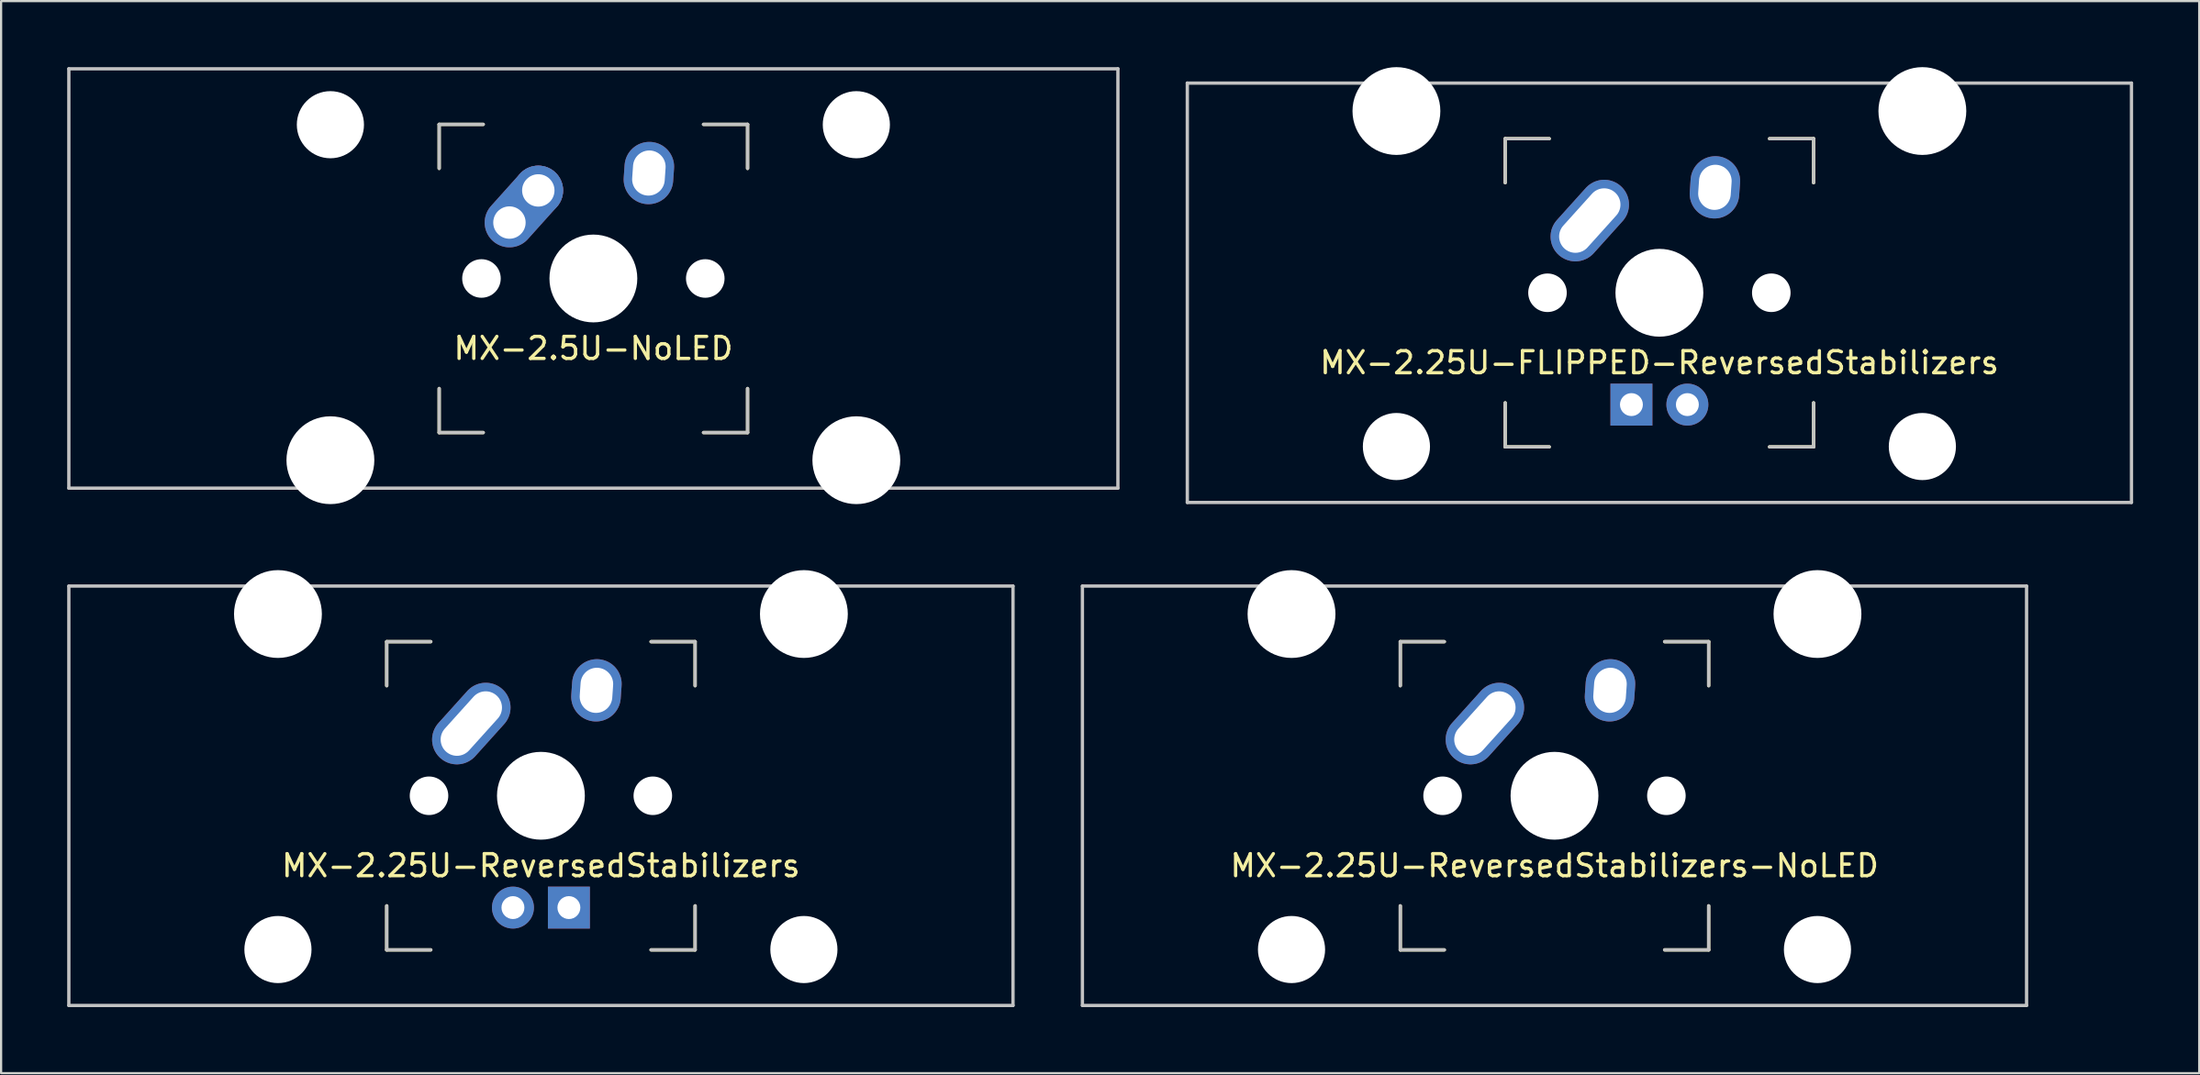
<source format=kicad_pcb>
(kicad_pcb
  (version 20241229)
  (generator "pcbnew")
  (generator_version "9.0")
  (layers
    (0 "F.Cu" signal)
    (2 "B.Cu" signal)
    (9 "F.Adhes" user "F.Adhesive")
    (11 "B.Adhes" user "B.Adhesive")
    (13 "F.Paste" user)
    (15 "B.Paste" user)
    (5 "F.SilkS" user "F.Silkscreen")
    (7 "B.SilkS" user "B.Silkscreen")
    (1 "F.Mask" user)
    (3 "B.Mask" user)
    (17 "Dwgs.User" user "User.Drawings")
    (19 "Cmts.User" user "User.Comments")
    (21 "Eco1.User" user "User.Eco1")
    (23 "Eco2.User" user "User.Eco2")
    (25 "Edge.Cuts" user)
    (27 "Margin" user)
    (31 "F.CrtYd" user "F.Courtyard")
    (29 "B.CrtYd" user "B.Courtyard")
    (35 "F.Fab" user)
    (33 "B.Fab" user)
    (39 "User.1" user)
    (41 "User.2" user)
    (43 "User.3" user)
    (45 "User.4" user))
  (footprint "MX-2.25U-FLIPPED-ReversedStabilizers"
    (layer "F.Cu")
    (at 72.281 10.249)
    (property "Reference" "MX-2.25U-FLIPPED-ReversedStabilizers" (at 0 3.175 0) (layer "F.SilkS") (effects (font (size 1 1) (thickness 0.15))))
    (attr through_hole)
    (fp_line (start -7 -7) (end -7 -5) (stroke (width 0.15) (type solid)) (layer "F.SilkS"))
    (fp_line (start -7 5) (end -7 7) (stroke (width 0.15) (type solid)) (layer "F.SilkS"))
    (fp_line (start -7 7) (end -5 7) (stroke (width 0.15) (type solid)) (layer "F.SilkS"))
    (fp_line (start -5 -7) (end -7 -7) (stroke (width 0.15) (type solid)) (layer "F.SilkS"))
    (fp_line (start 5 -7) (end 7 -7) (stroke (width 0.15) (type solid)) (layer "F.SilkS"))
    (fp_line (start 5 7) (end 7 7) (stroke (width 0.15) (type solid)) (layer "F.SilkS"))
    (fp_line (start 7 -7) (end 7 -5) (stroke (width 0.15) (type solid)) (layer "F.SilkS"))
    (fp_line (start 7 7) (end 7 5) (stroke (width 0.15) (type solid)) (layer "F.SilkS"))
    (fp_line (start -21.431 -9.525) (end 21.431 -9.525) (stroke (width 0.15) (type solid)) (layer "Dwgs.User"))
    (fp_line (start -21.431 9.525) (end -21.431 -9.525) (stroke (width 0.15) (type solid)) (layer "Dwgs.User"))
    (fp_line (start -21.431 9.525) (end 21.431 9.525) (stroke (width 0.15) (type solid)) (layer "Dwgs.User"))
    (fp_line (start -7 -7) (end -7 -5) (stroke (width 0.15) (type solid)) (layer "Dwgs.User"))
    (fp_line (start -7 5) (end -7 7) (stroke (width 0.15) (type solid)) (layer "Dwgs.User"))
    (fp_line (start -7 7) (end -5 7) (stroke (width 0.15) (type solid)) (layer "Dwgs.User"))
    (fp_line (start -5 -7) (end -7 -7) (stroke (width 0.15) (type solid)) (layer "Dwgs.User"))
    (fp_line (start 5 -7) (end 7 -7) (stroke (width 0.15) (type solid)) (layer "Dwgs.User"))
    (fp_line (start 5 7) (end 7 7) (stroke (width 0.15) (type solid)) (layer "Dwgs.User"))
    (fp_line (start 7 -7) (end 7 -5) (stroke (width 0.15) (type solid)) (layer "Dwgs.User"))
    (fp_line (start 7 7) (end 7 5) (stroke (width 0.15) (type solid)) (layer "Dwgs.User"))
    (fp_line (start 21.431 -9.525) (end 21.431 9.525) (stroke (width 0.15) (type solid)) (layer "Dwgs.User"))
    (pad "" np_thru_hole circle (at -11.938 -8.255) (size 3.988 3.988) (drill 3.988) (layers "*.Cu" "*.Mask"))
    (pad "" np_thru_hole circle (at -11.938 6.985) (size 3.048 3.048) (drill 3.048) (layers "*.Cu" "*.Mask"))
    (pad "" np_thru_hole circle (at -5.08 0 48.1) (size 1.75 1.75) (drill 1.75) (layers "*.Cu" "*.Mask"))
    (pad "" np_thru_hole circle (at 0 0) (size 3.988 3.988) (drill 3.988) (layers "*.Cu" "*.Mask"))
    (pad "" np_thru_hole circle (at 5.08 0 48.1) (size 1.75 1.75) (drill 1.75) (layers "*.Cu" "*.Mask"))
    (pad "" np_thru_hole circle (at 11.938 -8.255) (size 3.988 3.988) (drill 3.988) (layers "*.Cu" "*.Mask"))
    (pad "" np_thru_hole circle (at 11.938 6.985) (size 3.048 3.048) (drill 3.048) (layers "*.Cu" "*.Mask"))
    (pad "1" thru_hole oval (at -3.16 -3.28 48) (size 4.21 2.25) (drill oval 3.43 1.48) (layers "*.Cu" "*.Mask"))
    (pad "2" thru_hole oval (at 2.52 -4.79 86) (size 2.831 2.25) (drill oval 2.051 1.48) (layers "*.Cu" "*.Mask"))
    (pad "3" thru_hole circle (at 1.27 5.08) (size 1.905 1.905) (drill 1.04) (layers "*.Cu" "*.Mask"))
    (pad "4" thru_hole rect (at -1.27 5.08) (size 1.905 1.905) (drill 1.04) (layers "*.Cu" "*.Mask")))
  (footprint "MX-2.25U-ReversedStabilizers"
    (layer "F.Cu")
    (at 21.506 33.098)
    (property "Reference" "MX-2.25U-ReversedStabilizers" (at 0 3.175 0) (layer "F.SilkS") (effects (font (size 1 1) (thickness 0.15))))
    (attr through_hole)
    (fp_line (start -7 -7) (end -7 -5) (stroke (width 0.15) (type solid)) (layer "F.SilkS"))
    (fp_line (start -7 5) (end -7 7) (stroke (width 0.15) (type solid)) (layer "F.SilkS"))
    (fp_line (start -7 7) (end -5 7) (stroke (width 0.15) (type solid)) (layer "F.SilkS"))
    (fp_line (start -5 -7) (end -7 -7) (stroke (width 0.15) (type solid)) (layer "F.SilkS"))
    (fp_line (start 5 -7) (end 7 -7) (stroke (width 0.15) (type solid)) (layer "F.SilkS"))
    (fp_line (start 5 7) (end 7 7) (stroke (width 0.15) (type solid)) (layer "F.SilkS"))
    (fp_line (start 7 -7) (end 7 -5) (stroke (width 0.15) (type solid)) (layer "F.SilkS"))
    (fp_line (start 7 7) (end 7 5) (stroke (width 0.15) (type solid)) (layer "F.SilkS"))
    (fp_line (start -21.431 -9.525) (end 21.431 -9.525) (stroke (width 0.15) (type solid)) (layer "Dwgs.User"))
    (fp_line (start -21.431 9.525) (end -21.431 -9.525) (stroke (width 0.15) (type solid)) (layer "Dwgs.User"))
    (fp_line (start -21.431 9.525) (end 21.431 9.525) (stroke (width 0.15) (type solid)) (layer "Dwgs.User"))
    (fp_line (start -7 -7) (end -7 -5) (stroke (width 0.15) (type solid)) (layer "Dwgs.User"))
    (fp_line (start -7 5) (end -7 7) (stroke (width 0.15) (type solid)) (layer "Dwgs.User"))
    (fp_line (start -7 7) (end -5 7) (stroke (width 0.15) (type solid)) (layer "Dwgs.User"))
    (fp_line (start -5 -7) (end -7 -7) (stroke (width 0.15) (type solid)) (layer "Dwgs.User"))
    (fp_line (start 5 -7) (end 7 -7) (stroke (width 0.15) (type solid)) (layer "Dwgs.User"))
    (fp_line (start 5 7) (end 7 7) (stroke (width 0.15) (type solid)) (layer "Dwgs.User"))
    (fp_line (start 7 -7) (end 7 -5) (stroke (width 0.15) (type solid)) (layer "Dwgs.User"))
    (fp_line (start 7 7) (end 7 5) (stroke (width 0.15) (type solid)) (layer "Dwgs.User"))
    (fp_line (start 21.431 -9.525) (end 21.431 9.525) (stroke (width 0.15) (type solid)) (layer "Dwgs.User"))
    (pad "" np_thru_hole circle (at -11.938 -8.255) (size 3.988 3.988) (drill 3.988) (layers "*.Cu" "*.Mask"))
    (pad "" np_thru_hole circle (at -11.938 6.985) (size 3.048 3.048) (drill 3.048) (layers "*.Cu" "*.Mask"))
    (pad "" np_thru_hole circle (at -5.08 0 48.1) (size 1.75 1.75) (drill 1.75) (layers "*.Cu" "*.Mask"))
    (pad "" np_thru_hole circle (at 0 0) (size 3.988 3.988) (drill 3.988) (layers "*.Cu" "*.Mask"))
    (pad "" np_thru_hole circle (at 5.08 0 48.1) (size 1.75 1.75) (drill 1.75) (layers "*.Cu" "*.Mask"))
    (pad "" np_thru_hole circle (at 11.938 -8.255) (size 3.988 3.988) (drill 3.988) (layers "*.Cu" "*.Mask"))
    (pad "" np_thru_hole circle (at 11.938 6.985) (size 3.048 3.048) (drill 3.048) (layers "*.Cu" "*.Mask"))
    (pad "1" thru_hole oval (at -3.16 -3.28 48) (size 4.21 2.25) (drill oval 3.43 1.48) (layers "*.Cu" "B.Mask"))
    (pad "2" thru_hole oval (at 2.52 -4.79 86) (size 2.831 2.25) (drill oval 2.051 1.48) (layers "*.Cu" "B.Mask"))
    (pad "3" thru_hole circle (at -1.27 5.08) (size 1.905 1.905) (drill 1.04) (layers "*.Cu" "B.Mask"))
    (pad "4" thru_hole rect (at 1.27 5.08) (size 1.905 1.905) (drill 1.04) (layers "*.Cu" "B.Mask")))
  (footprint "MX-2.5U-NoLED"
    (layer "F.Cu")
    (at 23.887 9.6)
    (property "Reference" "MX-2.5U-NoLED" (at 0 3.175 0) (layer "F.SilkS") (effects (font (size 1 1) (thickness 0.15))))
    (attr through_hole)
    (fp_line (start -7 -7) (end -7 -5) (stroke (width 0.15) (type solid)) (layer "F.SilkS"))
    (fp_line (start -7 5) (end -7 7) (stroke (width 0.15) (type solid)) (layer "F.SilkS"))
    (fp_line (start -7 7) (end -5 7) (stroke (width 0.15) (type solid)) (layer "F.SilkS"))
    (fp_line (start -5 -7) (end -7 -7) (stroke (width 0.15) (type solid)) (layer "F.SilkS"))
    (fp_line (start 5 -7) (end 7 -7) (stroke (width 0.15) (type solid)) (layer "F.SilkS"))
    (fp_line (start 5 7) (end 7 7) (stroke (width 0.15) (type solid)) (layer "F.SilkS"))
    (fp_line (start 7 -7) (end 7 -5) (stroke (width 0.15) (type solid)) (layer "F.SilkS"))
    (fp_line (start 7 7) (end 7 5) (stroke (width 0.15) (type solid)) (layer "F.SilkS"))
    (fp_line (start -23.812 -9.525) (end 23.812 -9.525) (stroke (width 0.15) (type solid)) (layer "Dwgs.User"))
    (fp_line (start -23.812 9.525) (end -23.812 -9.525) (stroke (width 0.15) (type solid)) (layer "Dwgs.User"))
    (fp_line (start -23.812 9.525) (end 23.812 9.525) (stroke (width 0.15) (type solid)) (layer "Dwgs.User"))
    (fp_line (start -7 -7) (end -7 -5) (stroke (width 0.15) (type solid)) (layer "Dwgs.User"))
    (fp_line (start -7 5) (end -7 7) (stroke (width 0.15) (type solid)) (layer "Dwgs.User"))
    (fp_line (start -7 7) (end -5 7) (stroke (width 0.15) (type solid)) (layer "Dwgs.User"))
    (fp_line (start -5 -7) (end -7 -7) (stroke (width 0.15) (type solid)) (layer "Dwgs.User"))
    (fp_line (start 5 -7) (end 7 -7) (stroke (width 0.15) (type solid)) (layer "Dwgs.User"))
    (fp_line (start 5 7) (end 7 7) (stroke (width 0.15) (type solid)) (layer "Dwgs.User"))
    (fp_line (start 7 -7) (end 7 -5) (stroke (width 0.15) (type solid)) (layer "Dwgs.User"))
    (fp_line (start 7 7) (end 7 5) (stroke (width 0.15) (type solid)) (layer "Dwgs.User"))
    (fp_line (start 23.812 -9.525) (end 23.812 9.525) (stroke (width 0.15) (type solid)) (layer "Dwgs.User"))
    (pad "" np_thru_hole circle (at -11.938 -6.985) (size 3.048 3.048) (drill 3.048) (layers "*.Cu" "*.Mask"))
    (pad "" np_thru_hole circle (at -11.938 8.255) (size 3.988 3.988) (drill 3.988) (layers "*.Cu" "*.Mask"))
    (pad "" np_thru_hole circle (at -5.08 0 48.1) (size 1.75 1.75) (drill 1.75) (layers "*.Cu" "*.Mask"))
    (pad "" np_thru_hole circle (at 0 0) (size 3.988 3.988) (drill 3.988) (layers "*.Cu" "*.Mask"))
    (pad "" np_thru_hole circle (at 5.08 0 48.1) (size 1.75 1.75) (drill 1.75) (layers "*.Cu" "*.Mask"))
    (pad "" np_thru_hole circle (at 11.938 -6.985) (size 3.048 3.048) (drill 3.048) (layers "*.Cu" "*.Mask"))
    (pad "" np_thru_hole circle (at 11.938 8.255) (size 3.988 3.988) (drill 3.988) (layers "*.Cu" "*.Mask"))
    (pad "1" thru_hole oval (at -3.81 -2.54 48.1) (size 4.212 2.25) (drill 1.47 (offset 0.981 0)) (layers "*.Cu" "*.Mask"))
    (pad "1" thru_hole circle (at -2.5 -4) (size 2.25 2.25) (drill 1.47) (layers "*.Cu" "*.Mask"))
    (pad "2" thru_hole oval (at 2.52 -4.79 86) (size 2.831 2.25) (drill oval 2.051 1.48) (layers "*.Cu" "*.Mask")))
  (footprint "MX-2.25U-ReversedStabilizers-NoLED"
    (layer "F.Cu")
    (at 67.519 33.098)
    (property "Reference" "MX-2.25U-ReversedStabilizers-NoLED" (at 0 3.175 0) (layer "F.SilkS") (effects (font (size 1 1) (thickness 0.15))))
    (attr through_hole)
    (fp_line (start -7 -7) (end -7 -5) (stroke (width 0.15) (type solid)) (layer "F.SilkS"))
    (fp_line (start -7 5) (end -7 7) (stroke (width 0.15) (type solid)) (layer "F.SilkS"))
    (fp_line (start -7 7) (end -5 7) (stroke (width 0.15) (type solid)) (layer "F.SilkS"))
    (fp_line (start -5 -7) (end -7 -7) (stroke (width 0.15) (type solid)) (layer "F.SilkS"))
    (fp_line (start 5 -7) (end 7 -7) (stroke (width 0.15) (type solid)) (layer "F.SilkS"))
    (fp_line (start 5 7) (end 7 7) (stroke (width 0.15) (type solid)) (layer "F.SilkS"))
    (fp_line (start 7 -7) (end 7 -5) (stroke (width 0.15) (type solid)) (layer "F.SilkS"))
    (fp_line (start 7 7) (end 7 5) (stroke (width 0.15) (type solid)) (layer "F.SilkS"))
    (fp_line (start -21.431 -9.525) (end 21.431 -9.525) (stroke (width 0.15) (type solid)) (layer "Dwgs.User"))
    (fp_line (start -21.431 9.525) (end -21.431 -9.525) (stroke (width 0.15) (type solid)) (layer "Dwgs.User"))
    (fp_line (start -21.431 9.525) (end 21.431 9.525) (stroke (width 0.15) (type solid)) (layer "Dwgs.User"))
    (fp_line (start -7 -7) (end -7 -5) (stroke (width 0.15) (type solid)) (layer "Dwgs.User"))
    (fp_line (start -7 5) (end -7 7) (stroke (width 0.15) (type solid)) (layer "Dwgs.User"))
    (fp_line (start -7 7) (end -5 7) (stroke (width 0.15) (type solid)) (layer "Dwgs.User"))
    (fp_line (start -5 -7) (end -7 -7) (stroke (width 0.15) (type solid)) (layer "Dwgs.User"))
    (fp_line (start 5 -7) (end 7 -7) (stroke (width 0.15) (type solid)) (layer "Dwgs.User"))
    (fp_line (start 5 7) (end 7 7) (stroke (width 0.15) (type solid)) (layer "Dwgs.User"))
    (fp_line (start 7 -7) (end 7 -5) (stroke (width 0.15) (type solid)) (layer "Dwgs.User"))
    (fp_line (start 7 7) (end 7 5) (stroke (width 0.15) (type solid)) (layer "Dwgs.User"))
    (fp_line (start 21.431 -9.525) (end 21.431 9.525) (stroke (width 0.15) (type solid)) (layer "Dwgs.User"))
    (pad "" np_thru_hole circle (at -11.938 -8.255) (size 3.988 3.988) (drill 3.988) (layers "*.Cu" "*.Mask"))
    (pad "" np_thru_hole circle (at -11.938 6.985) (size 3.048 3.048) (drill 3.048) (layers "*.Cu" "*.Mask"))
    (pad "" np_thru_hole circle (at -5.08 0 48.1) (size 1.75 1.75) (drill 1.75) (layers "*.Cu" "*.Mask"))
    (pad "" np_thru_hole circle (at 0 0) (size 3.988 3.988) (drill 3.988) (layers "*.Cu" "*.Mask"))
    (pad "" np_thru_hole circle (at 5.08 0 48.1) (size 1.75 1.75) (drill 1.75) (layers "*.Cu" "*.Mask"))
    (pad "" np_thru_hole circle (at 11.938 -8.255) (size 3.988 3.988) (drill 3.988) (layers "*.Cu" "*.Mask"))
    (pad "" np_thru_hole circle (at 11.938 6.985) (size 3.048 3.048) (drill 3.048) (layers "*.Cu" "*.Mask"))
    (pad "1" thru_hole oval (at -3.16 -3.28 48) (size 4.21 2.25) (drill oval 3.43 1.48) (layers "*.Cu" "B.Mask"))
    (pad "2" thru_hole oval (at 2.52 -4.79 86) (size 2.831 2.25) (drill oval 2.051 1.48) (layers "*.Cu" "B.Mask")))
  (gr_rect
    (start -3 -3)
    (end 96.787 45.698)
    (stroke (width 0.1) (type default))
    (fill no)
    (layer "Edge.Cuts")))
</source>
